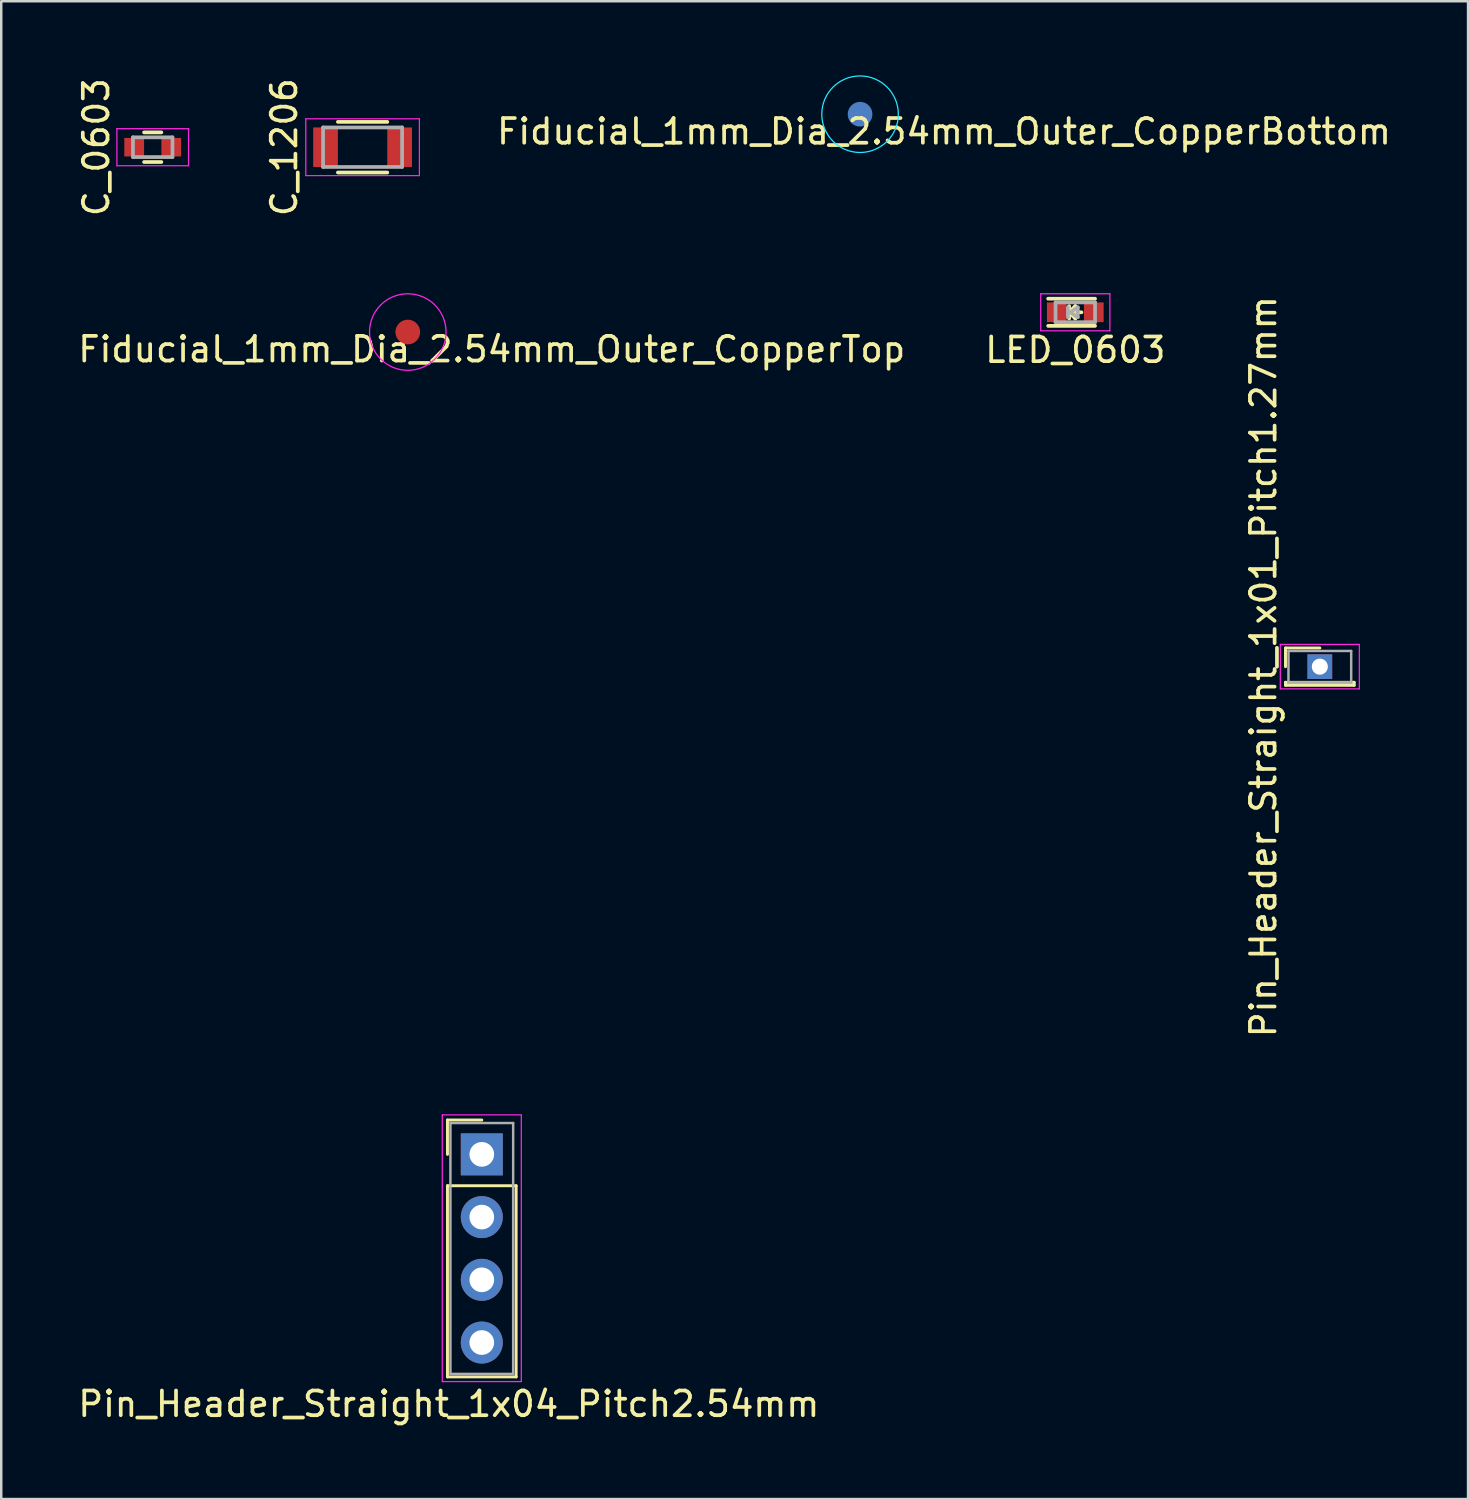
<source format=kicad_pcb>
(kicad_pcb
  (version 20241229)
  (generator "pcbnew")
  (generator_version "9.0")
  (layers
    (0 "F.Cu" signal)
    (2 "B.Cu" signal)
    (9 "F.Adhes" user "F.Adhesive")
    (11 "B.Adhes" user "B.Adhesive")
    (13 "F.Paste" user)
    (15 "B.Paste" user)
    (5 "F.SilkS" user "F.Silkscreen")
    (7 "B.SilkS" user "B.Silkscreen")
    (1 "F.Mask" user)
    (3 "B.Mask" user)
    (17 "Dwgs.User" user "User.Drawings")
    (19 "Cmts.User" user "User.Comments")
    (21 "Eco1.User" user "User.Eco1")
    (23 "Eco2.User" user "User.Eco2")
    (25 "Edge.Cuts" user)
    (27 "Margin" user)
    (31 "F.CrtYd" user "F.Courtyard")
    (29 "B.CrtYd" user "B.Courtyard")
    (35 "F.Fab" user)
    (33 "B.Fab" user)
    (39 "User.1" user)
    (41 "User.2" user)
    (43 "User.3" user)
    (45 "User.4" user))
  (footprint "Pin_Header_Straight_1x01_Pitch1.27mm"
    (layer "F.Cu")
    (at 50.396 23.946)
    (property "Reference" "Pin_Header_Straight_1x01_Pitch1.27mm" (at -2.286 0 90) (layer "F.SilkS") (effects (font (size 1 1) (thickness 0.15))))
    (attr through_hole)
    (fp_line (start -1.39 -0.755) (end 0 -0.755) (stroke (width 0.12) (type solid)) (layer "F.SilkS"))
    (fp_line (start -1.39 0) (end -1.39 -0.755) (stroke (width 0.12) (type solid)) (layer "F.SilkS"))
    (fp_line (start -1.39 0.635) (end -1.39 0.755) (stroke (width 0.12) (type solid)) (layer "F.SilkS"))
    (fp_line (start -1.39 0.755) (end 1.39 0.755) (stroke (width 0.12) (type solid)) (layer "F.SilkS"))
    (fp_line (start 1.39 0.635) (end -1.39 0.635) (stroke (width 0.12) (type solid)) (layer "F.SilkS"))
    (fp_line (start 1.39 0.755) (end 1.39 0.635) (stroke (width 0.12) (type solid)) (layer "F.SilkS"))
    (fp_line (start -1.6 -0.9) (end -1.6 0.9) (stroke (width 0.05) (type solid)) (layer "F.CrtYd"))
    (fp_line (start -1.6 0.9) (end 1.6 0.9) (stroke (width 0.05) (type solid)) (layer "F.CrtYd"))
    (fp_line (start 1.6 -0.9) (end -1.6 -0.9) (stroke (width 0.05) (type solid)) (layer "F.CrtYd"))
    (fp_line (start 1.6 0.9) (end 1.6 -0.9) (stroke (width 0.05) (type solid)) (layer "F.CrtYd"))
    (fp_line (start -1.27 -0.635) (end -1.27 0.635) (stroke (width 0.1) (type solid)) (layer "F.Fab"))
    (fp_line (start -1.27 0.635) (end 1.27 0.635) (stroke (width 0.1) (type solid)) (layer "F.Fab"))
    (fp_line (start 1.27 -0.635) (end -1.27 -0.635) (stroke (width 0.1) (type solid)) (layer "F.Fab"))
    (fp_line (start 1.27 0.635) (end 1.27 -0.635) (stroke (width 0.1) (type solid)) (layer "F.Fab"))
    (pad "1" thru_hole rect (at 0 0) (size 1 1) (drill 0.65) (layers "*.Cu" "*.Mask")))
  (footprint "Pin_Header_Straight_1x04_Pitch2.54mm"
    (layer "F.Cu")
    (at 16.46 43.696)
    (property "Reference" "Pin_Header_Straight_1x04_Pitch2.54mm" (at -1.335 10.107 0) (layer "F.SilkS") (effects (font (size 1 1) (thickness 0.15))))
    (attr through_hole)
    (fp_line (start -1.39 -1.39) (end 0 -1.39) (stroke (width 0.12) (type solid)) (layer "F.SilkS"))
    (fp_line (start -1.39 0) (end -1.39 -1.39) (stroke (width 0.12) (type solid)) (layer "F.SilkS"))
    (fp_line (start -1.39 1.27) (end -1.39 9.01) (stroke (width 0.12) (type solid)) (layer "F.SilkS"))
    (fp_line (start -1.39 9.01) (end 1.39 9.01) (stroke (width 0.12) (type solid)) (layer "F.SilkS"))
    (fp_line (start 1.39 1.27) (end -1.39 1.27) (stroke (width 0.12) (type solid)) (layer "F.SilkS"))
    (fp_line (start 1.39 9.01) (end 1.39 1.27) (stroke (width 0.12) (type solid)) (layer "F.SilkS"))
    (fp_line (start -1.6 -1.6) (end -1.6 9.2) (stroke (width 0.05) (type solid)) (layer "F.CrtYd"))
    (fp_line (start -1.6 9.2) (end 1.6 9.2) (stroke (width 0.05) (type solid)) (layer "F.CrtYd"))
    (fp_line (start 1.6 -1.6) (end -1.6 -1.6) (stroke (width 0.05) (type solid)) (layer "F.CrtYd"))
    (fp_line (start 1.6 9.2) (end 1.6 -1.6) (stroke (width 0.05) (type solid)) (layer "F.CrtYd"))
    (fp_line (start -1.27 -1.27) (end -1.27 8.89) (stroke (width 0.1) (type solid)) (layer "F.Fab"))
    (fp_line (start -1.27 8.89) (end 1.27 8.89) (stroke (width 0.1) (type solid)) (layer "F.Fab"))
    (fp_line (start 1.27 -1.27) (end -1.27 -1.27) (stroke (width 0.1) (type solid)) (layer "F.Fab"))
    (fp_line (start 1.27 8.89) (end 1.27 -1.27) (stroke (width 0.1) (type solid)) (layer "F.Fab"))
    (pad "1" thru_hole rect (at 0 0) (size 1.7 1.7) (drill 1) (layers "*.Cu" "*.Mask"))
    (pad "2" thru_hole oval (at 0 2.54) (size 1.7 1.7) (drill 1) (layers "*.Cu" "*.Mask"))
    (pad "3" thru_hole oval (at 0 5.08) (size 1.7 1.7) (drill 1) (layers "*.Cu" "*.Mask"))
    (pad "4" thru_hole oval (at 0 7.62) (size 1.7 1.7) (drill 1) (layers "*.Cu" "*.Mask")))
  (footprint "LED_0603"
    (layer "F.Cu")
    (at 40.494 9.596)
    (property "Reference" "LED_0603" (at 0 1.524 0) (layer "F.SilkS") (effects (font (size 1 1) (thickness 0.15))))
    (attr smd)
    (fp_line (start -1.1 -0.55) (end 0.8 -0.55) (stroke (width 0.15) (type solid)) (layer "F.SilkS"))
    (fp_line (start -1.1 0.55) (end 0.8 0.55) (stroke (width 0.15) (type solid)) (layer "F.SilkS"))
    (fp_line (start -0.25 -0.25) (end -0.25 0.25) (stroke (width 0.15) (type solid)) (layer "F.SilkS"))
    (fp_line (start -0.25 0) (end 0 -0.25) (stroke (width 0.15) (type solid)) (layer "F.SilkS"))
    (fp_line (start -0.2 0) (end 0.25 0) (stroke (width 0.15) (type solid)) (layer "F.SilkS"))
    (fp_line (start 0 -0.25) (end 0 0.25) (stroke (width 0.15) (type solid)) (layer "F.SilkS"))
    (fp_line (start 0 0.25) (end -0.25 0) (stroke (width 0.15) (type solid)) (layer "F.SilkS"))
    (fp_line (start -1.4 -0.75) (end 1.4 -0.75) (stroke (width 0.05) (type solid)) (layer "F.CrtYd"))
    (fp_line (start -1.4 0.75) (end -1.4 -0.75) (stroke (width 0.05) (type solid)) (layer "F.CrtYd"))
    (fp_line (start 1.4 -0.75) (end 1.4 0.75) (stroke (width 0.05) (type solid)) (layer "F.CrtYd"))
    (fp_line (start 1.4 0.75) (end -1.4 0.75) (stroke (width 0.05) (type solid)) (layer "F.CrtYd"))
    (fp_line (start -0.8 -0.4) (end 0.8 -0.4) (stroke (width 0.15) (type solid)) (layer "F.Fab"))
    (fp_line (start -0.8 0.4) (end -0.8 -0.4) (stroke (width 0.15) (type solid)) (layer "F.Fab"))
    (fp_line (start -0.3 -0.2) (end -0.3 0.2) (stroke (width 0.15) (type solid)) (layer "F.Fab"))
    (fp_line (start -0.2 0) (end 0.1 -0.2) (stroke (width 0.15) (type solid)) (layer "F.Fab"))
    (fp_line (start 0.1 -0.2) (end 0.1 0.2) (stroke (width 0.15) (type solid)) (layer "F.Fab"))
    (fp_line (start 0.1 0.2) (end -0.2 0) (stroke (width 0.15) (type solid)) (layer "F.Fab"))
    (fp_line (start 0.8 -0.4) (end 0.8 0.4) (stroke (width 0.15) (type solid)) (layer "F.Fab"))
    (fp_line (start 0.8 0.4) (end -0.8 0.4) (stroke (width 0.15) (type solid)) (layer "F.Fab"))
    (pad "1" smd rect (at -0.749 0 180) (size 0.798 0.798) (layers "F.Cu" "F.Mask" "F.Paste"))
    (pad "2" smd rect (at 0.749 0 180) (size 0.798 0.798) (layers "F.Cu" "F.Mask" "F.Paste")))
  (footprint "C_0603"
    (layer "F.Cu")
    (at 3.134 2.911)
    (property "Reference" "C_0603" (at -2.286 0 90) (layer "F.SilkS") (effects (font (size 1 1) (thickness 0.15))))
    (attr smd)
    (fp_line (start -0.35 -0.6) (end 0.35 -0.6) (stroke (width 0.15) (type solid)) (layer "F.SilkS"))
    (fp_line (start 0.35 0.6) (end -0.35 0.6) (stroke (width 0.15) (type solid)) (layer "F.SilkS"))
    (fp_line (start -1.45 -0.75) (end -1.45 0.75) (stroke (width 0.05) (type solid)) (layer "F.CrtYd"))
    (fp_line (start -1.45 -0.75) (end 1.45 -0.75) (stroke (width 0.05) (type solid)) (layer "F.CrtYd"))
    (fp_line (start -1.45 0.75) (end 1.45 0.75) (stroke (width 0.05) (type solid)) (layer "F.CrtYd"))
    (fp_line (start 1.45 -0.75) (end 1.45 0.75) (stroke (width 0.05) (type solid)) (layer "F.CrtYd"))
    (fp_line (start -0.8 -0.4) (end 0.8 -0.4) (stroke (width 0.15) (type solid)) (layer "F.Fab"))
    (fp_line (start -0.8 0.4) (end -0.8 -0.4) (stroke (width 0.15) (type solid)) (layer "F.Fab"))
    (fp_line (start 0.8 -0.4) (end 0.8 0.4) (stroke (width 0.15) (type solid)) (layer "F.Fab"))
    (fp_line (start 0.8 0.4) (end -0.8 0.4) (stroke (width 0.15) (type solid)) (layer "F.Fab"))
    (pad "1" smd rect (at -0.75 0) (size 0.8 0.75) (layers "F.Cu" "F.Mask" "F.Paste"))
    (pad "2" smd rect (at 0.75 0) (size 0.8 0.75) (layers "F.Cu" "F.Mask" "F.Paste")))
  (footprint "Fiducial_1mm_Dia_2.54mm_Outer_CopperBottom"
    (layer "F.Cu")
    (at 31.778 1.575)
    (property "Reference" "Fiducial_1mm_Dia_2.54mm_Outer_CopperBottom" (at 3.4 0.7 0) (layer "F.SilkS") (effects (font (size 1 1) (thickness 0.15))))
    (attr exclude_from_pos_files exclude_from_bom)
    (fp_circle (center 0 0) (end 1.55 0) (stroke (width 0.05) (type solid)) (fill no) (layer "B.CrtYd"))
    (pad "~" smd circle (at 0 0) (size 1 1) (layers "B.Cu" "B.Mask")))
  (footprint "Fiducial_1mm_Dia_2.54mm_Outer_CopperTop"
    (layer "F.Cu")
    (at 13.463 10.396)
    (property "Reference" "Fiducial_1mm_Dia_2.54mm_Outer_CopperTop" (at 3.4 0.7 0) (layer "F.SilkS") (effects (font (size 1 1) (thickness 0.15))))
    (attr exclude_from_pos_files exclude_from_bom)
    (fp_circle (center 0 0) (end 1.55 0) (stroke (width 0.05) (type solid)) (fill no) (layer "F.CrtYd"))
    (pad "~" smd circle (at 0 0) (size 1 1) (layers "F.Cu" "F.Mask")))
  (footprint "C_1206"
    (layer "F.Cu")
    (at 11.633 2.911)
    (property "Reference" "C_1206" (at -3.175 0 90) (layer "F.SilkS") (effects (font (size 1 1) (thickness 0.15))))
    (attr smd)
    (fp_line (start -1 1.025) (end 1 1.025) (stroke (width 0.15) (type solid)) (layer "F.SilkS"))
    (fp_line (start 1 -1.025) (end -1 -1.025) (stroke (width 0.15) (type solid)) (layer "F.SilkS"))
    (fp_line (start -2.3 -1.15) (end -2.3 1.15) (stroke (width 0.05) (type solid)) (layer "F.CrtYd"))
    (fp_line (start -2.3 -1.15) (end 2.3 -1.15) (stroke (width 0.05) (type solid)) (layer "F.CrtYd"))
    (fp_line (start -2.3 1.15) (end 2.3 1.15) (stroke (width 0.05) (type solid)) (layer "F.CrtYd"))
    (fp_line (start 2.3 -1.15) (end 2.3 1.15) (stroke (width 0.05) (type solid)) (layer "F.CrtYd"))
    (fp_line (start -1.6 -0.8) (end 1.6 -0.8) (stroke (width 0.15) (type solid)) (layer "F.Fab"))
    (fp_line (start -1.6 0.8) (end -1.6 -0.8) (stroke (width 0.15) (type solid)) (layer "F.Fab"))
    (fp_line (start 1.6 -0.8) (end 1.6 0.8) (stroke (width 0.15) (type solid)) (layer "F.Fab"))
    (fp_line (start 1.6 0.8) (end -1.6 0.8) (stroke (width 0.15) (type solid)) (layer "F.Fab"))
    (pad "1" smd rect (at -1.5 0) (size 1 1.6) (layers "F.Cu" "F.Mask" "F.Paste"))
    (pad "2" smd rect (at 1.5 0) (size 1 1.6) (layers "F.Cu" "F.Mask" "F.Paste")))
  (gr_rect
    (start -3 -3)
    (end 56.398 57.652)
    (stroke (width 0.1) (type default))
    (fill no)
    (layer "Edge.Cuts")))
</source>
